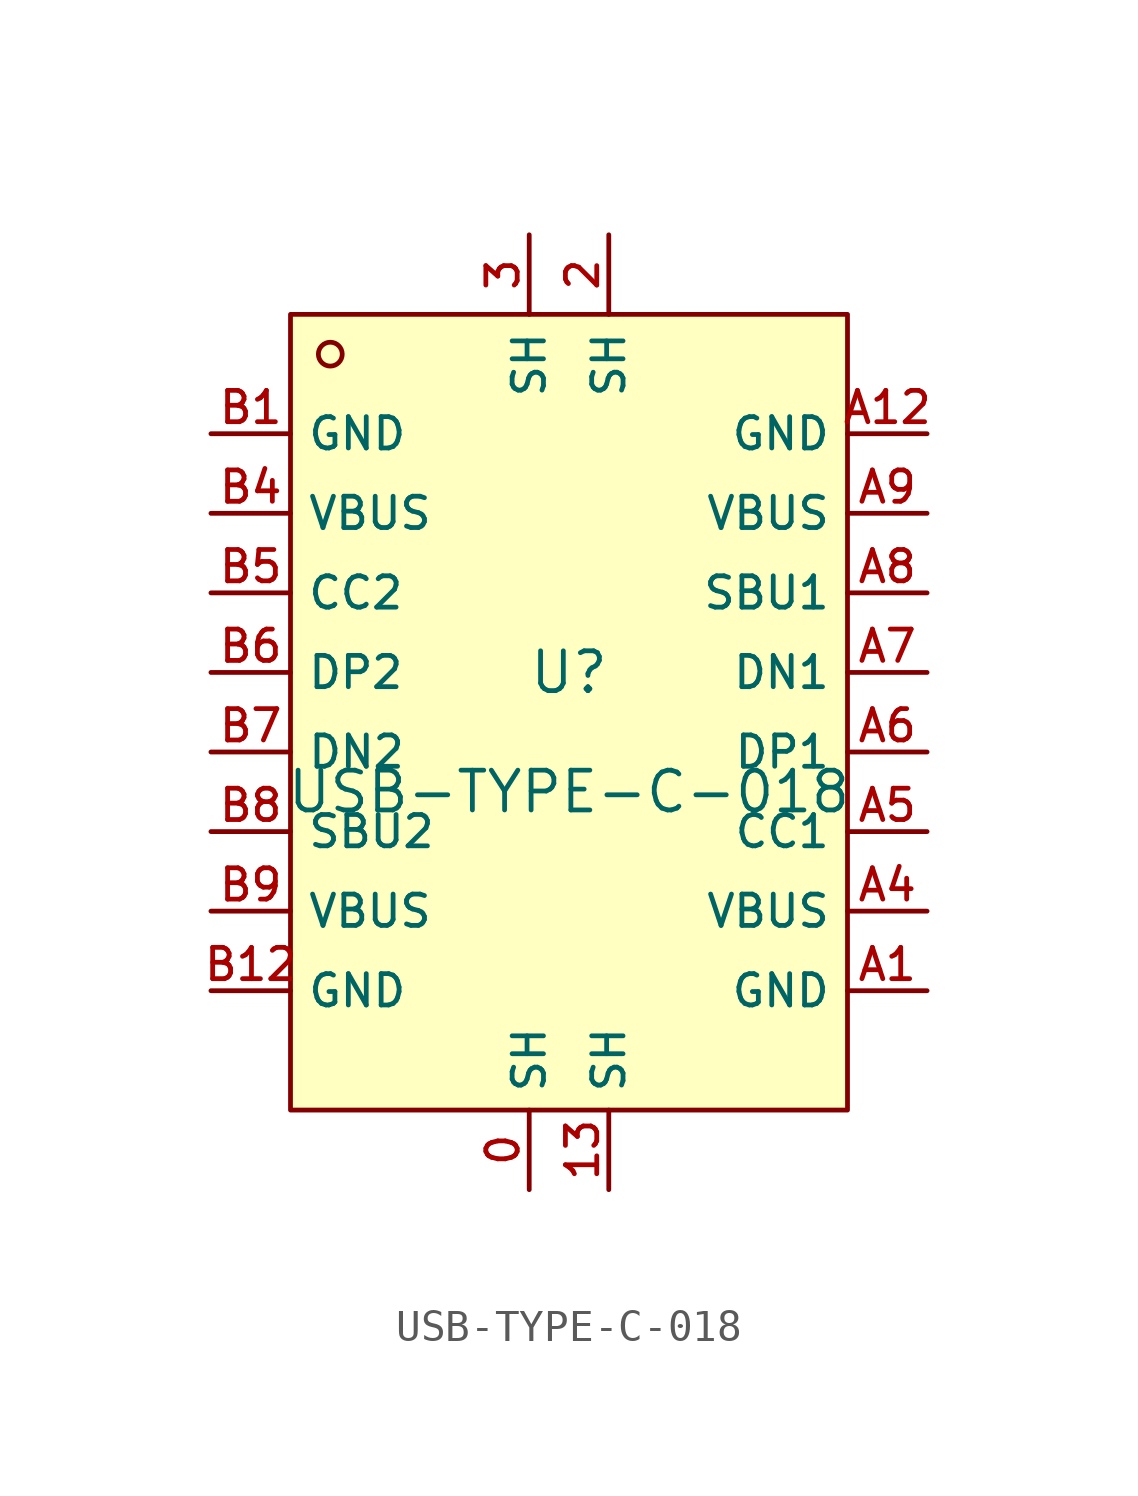
<source format=kicad_sym>
(kicad_symbol_lib
  (version 20210201)
  (generator TousstNicolas/JLC2KiCad_lib)
  (symbol "USB-TYPE-C-018"
    (property "Reference" "U"
      (at 0 1.27 0)
      (effects (font (size 1.27 1.27))))
    (property "Value" "USB-TYPE-C-018"
      (at 0 -2.54 0)
      (effects (font (size 1.27 1.27))))
    (symbol "USB-TYPE-C-018_0_1"
      (rectangle (start -8.89 12.7) (end 8.89 -12.7) (stroke (width 0) (type default) (color 0 0 0 0)) (fill (type background)))
      (circle (center -7.62 11.43) (radius 0.381) (stroke (width 0) (type default) (color 0 0 0 0)) (fill (type background)))
      (pin unspecified line (at -11.43 8.89 0) (length 2.54) (name "GND" (effects (font (size 1 1)))) (number "B1" (effects (font (size 1 1)))))
      (pin unspecified line (at -11.43 6.35 0) (length 2.54) (name "VBUS" (effects (font (size 1 1)))) (number "B4" (effects (font (size 1 1)))))
      (pin unspecified line (at -11.43 3.81 0) (length 2.54) (name "CC2" (effects (font (size 1 1)))) (number "B5" (effects (font (size 1 1)))))
      (pin unspecified line (at -11.43 1.27 0) (length 2.54) (name "DP2" (effects (font (size 1 1)))) (number "B6" (effects (font (size 1 1)))))
      (pin unspecified line (at -11.43 -1.27 0) (length 2.54) (name "DN2" (effects (font (size 1 1)))) (number "B7" (effects (font (size 1 1)))))
      (pin unspecified line (at -11.43 -3.81 0) (length 2.54) (name "SBU2" (effects (font (size 1 1)))) (number "B8" (effects (font (size 1 1)))))
      (pin unspecified line (at -11.43 -6.35 0) (length 2.54) (name "VBUS" (effects (font (size 1 1)))) (number "B9" (effects (font (size 1 1)))))
      (pin unspecified line (at -11.43 -8.89 0) (length 2.54) (name "GND" (effects (font (size 1 1)))) (number "B12" (effects (font (size 1 1)))))
      (pin unspecified line (at 11.43 -8.89 180) (length 2.54) (name "GND" (effects (font (size 1 1)))) (number "A1" (effects (font (size 1 1)))))
      (pin unspecified line (at 11.43 -6.35 180) (length 2.54) (name "VBUS" (effects (font (size 1 1)))) (number "A4" (effects (font (size 1 1)))))
      (pin unspecified line (at 11.43 -3.81 180) (length 2.54) (name "CC1" (effects (font (size 1 1)))) (number "A5" (effects (font (size 1 1)))))
      (pin unspecified line (at 11.43 -1.27 180) (length 2.54) (name "DP1" (effects (font (size 1 1)))) (number "A6" (effects (font (size 1 1)))))
      (pin unspecified line (at 11.43 1.27 180) (length 2.54) (name "DN1" (effects (font (size 1 1)))) (number "A7" (effects (font (size 1 1)))))
      (pin unspecified line (at 11.43 3.81 180) (length 2.54) (name "SBU1" (effects (font (size 1 1)))) (number "A8" (effects (font (size 1 1)))))
      (pin unspecified line (at 11.43 6.35 180) (length 2.54) (name "VBUS" (effects (font (size 1 1)))) (number "A9" (effects (font (size 1 1)))))
      (pin unspecified line (at 11.43 8.89 180) (length 2.54) (name "GND" (effects (font (size 1 1)))) (number "A12" (effects (font (size 1 1)))))
      (pin unspecified line (at 1.27 -15.24 90) (length 2.54) (name "SH" (effects (font (size 1 1)))) (number "13" (effects (font (size 1 1)))))
      (pin unspecified line (at 1.27 15.24 270) (length 2.54) (name "SH" (effects (font (size 1 1)))) (number "2" (effects (font (size 1 1)))))
      (pin unspecified line (at -1.27 15.24 270) (length 2.54) (name "SH" (effects (font (size 1 1)))) (number "3" (effects (font (size 1 1)))))
      (pin unspecified line (at -1.27 -15.24 90) (length 2.54) (name "SH" (effects (font (size 1 1)))) (number "0" (effects (font (size 1 1))))))))
</source>
